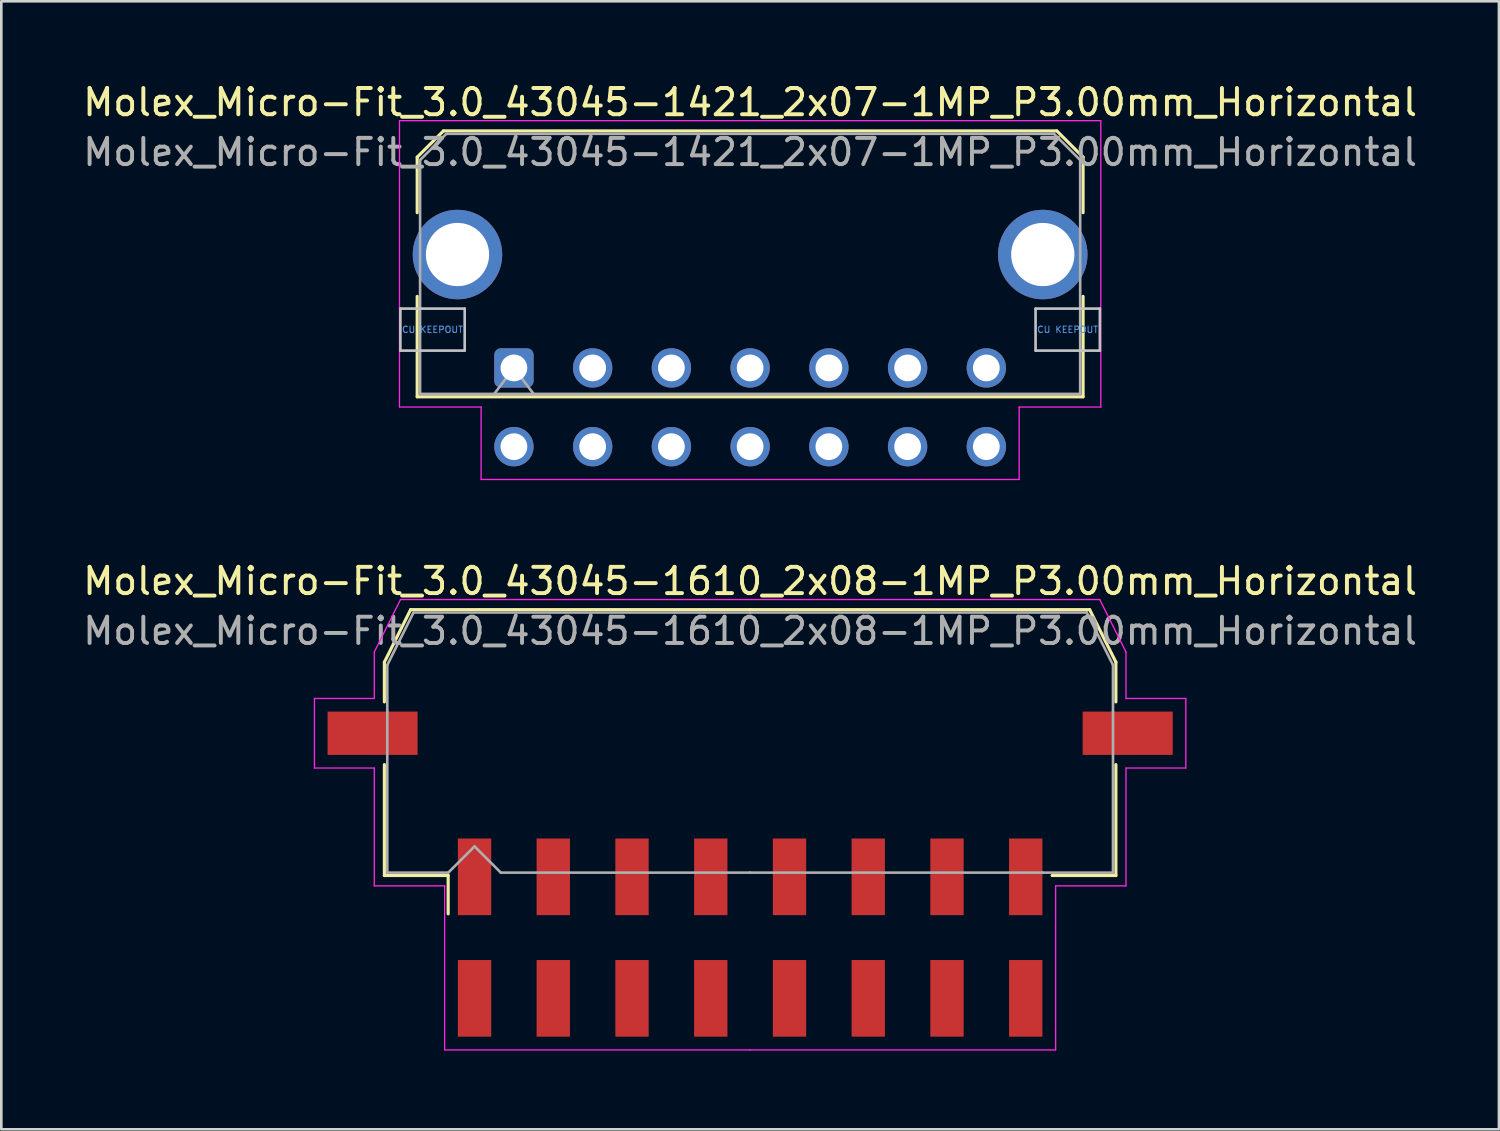
<source format=kicad_pcb>
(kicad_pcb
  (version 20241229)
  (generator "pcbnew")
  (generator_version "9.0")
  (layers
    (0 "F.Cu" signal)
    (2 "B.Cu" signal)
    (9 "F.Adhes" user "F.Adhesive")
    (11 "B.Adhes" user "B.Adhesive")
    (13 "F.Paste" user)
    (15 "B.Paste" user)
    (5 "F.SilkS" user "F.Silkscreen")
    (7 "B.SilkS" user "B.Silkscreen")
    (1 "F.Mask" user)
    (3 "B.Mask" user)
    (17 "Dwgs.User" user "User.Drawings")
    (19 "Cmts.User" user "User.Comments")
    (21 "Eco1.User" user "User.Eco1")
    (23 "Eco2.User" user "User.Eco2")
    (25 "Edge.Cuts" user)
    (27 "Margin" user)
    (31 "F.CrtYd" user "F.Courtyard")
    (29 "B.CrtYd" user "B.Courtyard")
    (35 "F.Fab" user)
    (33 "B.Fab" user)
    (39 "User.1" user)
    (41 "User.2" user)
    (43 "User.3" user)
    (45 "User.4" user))
  (footprint "Molex_Micro-Fit_3.0_43045-1421_2x07-1MP_P3.00mm_Horizontal"
    (layer "F.Cu")
    (at 16.53 10.968)
    (property "Reference" "Molex_Micro-Fit_3.0_43045-1421_2x07-1MP_P3.00mm_Horizontal" (at 9 -10.12 0) (layer "F.SilkS") (effects (font (size 1 1) (thickness 0.15))))
    (attr through_hole)
    (fp_line (start -3.685 -8.03) (end -2.685 -9.03) (stroke (width 0.12) (type solid)) (layer "F.SilkS"))
    (fp_line (start -3.685 -5.915) (end -3.685 -8.03) (stroke (width 0.12) (type solid)) (layer "F.SilkS"))
    (fp_line (start -3.685 -2.725) (end -3.685 1.1) (stroke (width 0.12) (type solid)) (layer "F.SilkS"))
    (fp_line (start -3.685 1.1) (end 21.685 1.1) (stroke (width 0.12) (type solid)) (layer "F.SilkS"))
    (fp_line (start -2.685 -9.03) (end 20.685 -9.03) (stroke (width 0.12) (type solid)) (layer "F.SilkS"))
    (fp_line (start 20.685 -9.03) (end 21.685 -8.03) (stroke (width 0.12) (type solid)) (layer "F.SilkS"))
    (fp_line (start 21.685 -8.03) (end 21.685 -5.915) (stroke (width 0.12) (type solid)) (layer "F.SilkS"))
    (fp_line (start 21.685 1.1) (end 21.685 -2.725) (stroke (width 0.12) (type solid)) (layer "F.SilkS"))
    (fp_line (start -4.325 -2.26) (end -4.325 -0.66) (stroke (width 0.1) (type solid)) (layer "Dwgs.User"))
    (fp_line (start -4.325 -0.66) (end -1.875 -0.66) (stroke (width 0.1) (type solid)) (layer "Dwgs.User"))
    (fp_line (start -1.875 -2.26) (end -4.325 -2.26) (stroke (width 0.1) (type solid)) (layer "Dwgs.User"))
    (fp_line (start -1.875 -0.66) (end -1.875 -2.26) (stroke (width 0.1) (type solid)) (layer "Dwgs.User"))
    (fp_line (start 19.875 -2.26) (end 19.875 -0.66) (stroke (width 0.1) (type solid)) (layer "Dwgs.User"))
    (fp_line (start 19.875 -0.66) (end 22.325 -0.66) (stroke (width 0.1) (type solid)) (layer "Dwgs.User"))
    (fp_line (start 22.325 -2.26) (end 19.875 -2.26) (stroke (width 0.1) (type solid)) (layer "Dwgs.User"))
    (fp_line (start 22.325 -0.66) (end 22.325 -2.26) (stroke (width 0.1) (type solid)) (layer "Dwgs.User"))
    (fp_line (start -4.36 -9.42) (end 22.36 -9.42) (stroke (width 0.05) (type solid)) (layer "F.CrtYd"))
    (fp_line (start -4.36 1.49) (end -4.36 -9.42) (stroke (width 0.05) (type solid)) (layer "F.CrtYd"))
    (fp_line (start -1.25 1.49) (end -4.36 1.49) (stroke (width 0.05) (type solid)) (layer "F.CrtYd"))
    (fp_line (start -1.25 4.25) (end -1.25 1.49) (stroke (width 0.05) (type solid)) (layer "F.CrtYd"))
    (fp_line (start 19.25 1.49) (end 19.25 4.25) (stroke (width 0.05) (type solid)) (layer "F.CrtYd"))
    (fp_line (start 19.25 4.25) (end -1.25 4.25) (stroke (width 0.05) (type solid)) (layer "F.CrtYd"))
    (fp_line (start 22.36 -9.42) (end 22.36 1.49) (stroke (width 0.05) (type solid)) (layer "F.CrtYd"))
    (fp_line (start 22.36 1.49) (end 19.25 1.49) (stroke (width 0.05) (type solid)) (layer "F.CrtYd"))
    (fp_line (start -3.575 -7.92) (end -2.575 -8.92) (stroke (width 0.1) (type solid)) (layer "F.Fab"))
    (fp_line (start -3.575 0.99) (end -3.575 -7.92) (stroke (width 0.1) (type solid)) (layer "F.Fab"))
    (fp_line (start -2.575 -8.92) (end 20.575 -8.92) (stroke (width 0.1) (type solid)) (layer "F.Fab"))
    (fp_line (start -0.75 0.99) (end 0 0) (stroke (width 0.1) (type solid)) (layer "F.Fab"))
    (fp_line (start 0 0) (end 0.75 0.99) (stroke (width 0.1) (type solid)) (layer "F.Fab"))
    (fp_line (start 20.575 -8.92) (end 21.575 -7.92) (stroke (width 0.1) (type solid)) (layer "F.Fab"))
    (fp_line (start 21.575 -7.92) (end 21.575 0.99) (stroke (width 0.1) (type solid)) (layer "F.Fab"))
    (fp_line (start 21.575 0.99) (end -3.575 0.99) (stroke (width 0.1) (type solid)) (layer "F.Fab"))
    (fp_text user "CU KEEPOUT" (at -3.1 -1.46 0) (layer "Cmts.User") (effects (font (size 0.245 0.245) (thickness 0.037))))
    (fp_text user "CU KEEPOUT" (at 21.1 -1.46 0) (layer "Cmts.User") (effects (font (size 0.245 0.245) (thickness 0.037))))
    (fp_text user "${REFERENCE}" (at 9 -8.22 0) (layer "F.Fab") (effects (font (size 1 1) (thickness 0.15))))
    (pad "1" thru_hole roundrect (at 0 0) (size 1.5 1.5) (drill 1.02) (layers "*.Cu" "*.Mask") (roundrect_rratio 0.167))
    (pad "2" thru_hole circle (at 3 0) (size 1.5 1.5) (drill 1.02) (layers "*.Cu" "*.Mask"))
    (pad "3" thru_hole circle (at 6 0) (size 1.5 1.5) (drill 1.02) (layers "*.Cu" "*.Mask"))
    (pad "4" thru_hole circle (at 9 0) (size 1.5 1.5) (drill 1.02) (layers "*.Cu" "*.Mask"))
    (pad "5" thru_hole circle (at 12 0) (size 1.5 1.5) (drill 1.02) (layers "*.Cu" "*.Mask"))
    (pad "6" thru_hole circle (at 15 0) (size 1.5 1.5) (drill 1.02) (layers "*.Cu" "*.Mask"))
    (pad "7" thru_hole circle (at 18 0) (size 1.5 1.5) (drill 1.02) (layers "*.Cu" "*.Mask"))
    (pad "8" thru_hole circle (at 0 3) (size 1.5 1.5) (drill 1.02) (layers "*.Cu" "*.Mask"))
    (pad "9" thru_hole circle (at 3 3) (size 1.5 1.5) (drill 1.02) (layers "*.Cu" "*.Mask"))
    (pad "10" thru_hole circle (at 6 3) (size 1.5 1.5) (drill 1.02) (layers "*.Cu" "*.Mask"))
    (pad "11" thru_hole circle (at 9 3) (size 1.5 1.5) (drill 1.02) (layers "*.Cu" "*.Mask"))
    (pad "12" thru_hole circle (at 12 3) (size 1.5 1.5) (drill 1.02) (layers "*.Cu" "*.Mask"))
    (pad "13" thru_hole circle (at 15 3) (size 1.5 1.5) (drill 1.02) (layers "*.Cu" "*.Mask"))
    (pad "14" thru_hole circle (at 18 3) (size 1.5 1.5) (drill 1.02) (layers "*.Cu" "*.Mask"))
    (pad "MP" thru_hole circle (at -2.15 -4.32) (size 3.41 3.41) (drill 2.41) (layers "*.Cu" "*.Mask"))
    (pad "MP" thru_hole circle (at 20.15 -4.32) (size 3.41 3.41) (drill 2.41) (layers "*.Cu" "*.Mask")))
  (footprint "Molex_Micro-Fit_3.0_43045-1610_2x08-1MP_P3.00mm_Horizontal"
    (layer "F.Cu")
    (at 25.53 32.672)
    (property "Reference" "Molex_Micro-Fit_3.0_43045-1610_2x08-1MP_P3.00mm_Horizontal" (at 0 -13.58 0) (layer "F.SilkS") (effects (font (size 1 1) (thickness 0.15))))
    (attr smd)
    (fp_line (start -13.935 -10.495) (end -13.935 -8.98) (stroke (width 0.12) (type solid)) (layer "F.SilkS"))
    (fp_line (start -13.935 -6.59) (end -13.935 -2.365) (stroke (width 0.12) (type solid)) (layer "F.SilkS"))
    (fp_line (start -13.935 -2.365) (end -11.505 -2.365) (stroke (width 0.12) (type solid)) (layer "F.SilkS"))
    (fp_line (start -12.935 -12.495) (end -13.935 -10.495) (stroke (width 0.12) (type solid)) (layer "F.SilkS"))
    (fp_line (start -11.505 -2.365) (end -11.505 -0.905) (stroke (width 0.12) (type solid)) (layer "F.SilkS"))
    (fp_line (start 0 -12.495) (end -12.935 -12.495) (stroke (width 0.12) (type solid)) (layer "F.SilkS"))
    (fp_line (start 0 -12.495) (end 12.935 -12.495) (stroke (width 0.12) (type solid)) (layer "F.SilkS"))
    (fp_line (start 12.935 -12.495) (end 13.935 -10.495) (stroke (width 0.12) (type solid)) (layer "F.SilkS"))
    (fp_line (start 13.935 -10.495) (end 13.935 -8.98) (stroke (width 0.12) (type solid)) (layer "F.SilkS"))
    (fp_line (start 13.935 -6.59) (end 13.935 -2.365) (stroke (width 0.12) (type solid)) (layer "F.SilkS"))
    (fp_line (start 13.935 -2.365) (end 11.505 -2.365) (stroke (width 0.12) (type solid)) (layer "F.SilkS"))
    (fp_line (start -16.6 -9.11) (end -16.6 -6.46) (stroke (width 0.05) (type solid)) (layer "F.CrtYd"))
    (fp_line (start -16.6 -6.46) (end -14.32 -6.46) (stroke (width 0.05) (type solid)) (layer "F.CrtYd"))
    (fp_line (start -14.32 -10.88) (end -14.32 -9.11) (stroke (width 0.05) (type solid)) (layer "F.CrtYd"))
    (fp_line (start -14.32 -9.11) (end -16.6 -9.11) (stroke (width 0.05) (type solid)) (layer "F.CrtYd"))
    (fp_line (start -14.32 -6.46) (end -14.32 -1.97) (stroke (width 0.05) (type solid)) (layer "F.CrtYd"))
    (fp_line (start -14.32 -1.97) (end -11.64 -1.97) (stroke (width 0.05) (type solid)) (layer "F.CrtYd"))
    (fp_line (start -13.32 -12.88) (end -14.32 -10.88) (stroke (width 0.05) (type solid)) (layer "F.CrtYd"))
    (fp_line (start -11.64 -1.97) (end -11.64 4.28) (stroke (width 0.05) (type solid)) (layer "F.CrtYd"))
    (fp_line (start -11.64 4.28) (end 0 4.28) (stroke (width 0.05) (type solid)) (layer "F.CrtYd"))
    (fp_line (start 0 -12.88) (end -13.32 -12.88) (stroke (width 0.05) (type solid)) (layer "F.CrtYd"))
    (fp_line (start 0 -12.88) (end 13.32 -12.88) (stroke (width 0.05) (type solid)) (layer "F.CrtYd"))
    (fp_line (start 11.64 -1.97) (end 11.64 4.28) (stroke (width 0.05) (type solid)) (layer "F.CrtYd"))
    (fp_line (start 11.64 4.28) (end 0 4.28) (stroke (width 0.05) (type solid)) (layer "F.CrtYd"))
    (fp_line (start 13.32 -12.88) (end 14.32 -10.88) (stroke (width 0.05) (type solid)) (layer "F.CrtYd"))
    (fp_line (start 14.32 -10.88) (end 14.32 -9.11) (stroke (width 0.05) (type solid)) (layer "F.CrtYd"))
    (fp_line (start 14.32 -9.11) (end 16.6 -9.11) (stroke (width 0.05) (type solid)) (layer "F.CrtYd"))
    (fp_line (start 14.32 -6.46) (end 14.32 -1.97) (stroke (width 0.05) (type solid)) (layer "F.CrtYd"))
    (fp_line (start 14.32 -1.97) (end 11.64 -1.97) (stroke (width 0.05) (type solid)) (layer "F.CrtYd"))
    (fp_line (start 16.6 -9.11) (end 16.6 -6.46) (stroke (width 0.05) (type solid)) (layer "F.CrtYd"))
    (fp_line (start 16.6 -6.46) (end 14.32 -6.46) (stroke (width 0.05) (type solid)) (layer "F.CrtYd"))
    (fp_line (start -13.825 -10.385) (end -13.825 -8.61) (stroke (width 0.1) (type solid)) (layer "F.Fab"))
    (fp_line (start -13.825 -8.61) (end -13.825 -2.475) (stroke (width 0.1) (type solid)) (layer "F.Fab"))
    (fp_line (start -13.825 -2.475) (end -11.5 -2.475) (stroke (width 0.1) (type solid)) (layer "F.Fab"))
    (fp_line (start -12.825 -12.385) (end -13.825 -10.385) (stroke (width 0.1) (type solid)) (layer "F.Fab"))
    (fp_line (start -11.5 -2.475) (end -10.5 -3.475) (stroke (width 0.1) (type solid)) (layer "F.Fab"))
    (fp_line (start -10.5 -3.475) (end -9.5 -2.475) (stroke (width 0.1) (type solid)) (layer "F.Fab"))
    (fp_line (start -9.5 -2.475) (end 0 -2.475) (stroke (width 0.1) (type solid)) (layer "F.Fab"))
    (fp_line (start 0 -12.385) (end -12.825 -12.385) (stroke (width 0.1) (type solid)) (layer "F.Fab"))
    (fp_line (start 0 -12.385) (end 12.825 -12.385) (stroke (width 0.1) (type solid)) (layer "F.Fab"))
    (fp_line (start 11.135 -2.475) (end 0 -2.475) (stroke (width 0.1) (type solid)) (layer "F.Fab"))
    (fp_line (start 12.825 -12.385) (end 13.825 -10.385) (stroke (width 0.1) (type solid)) (layer "F.Fab"))
    (fp_line (start 13.825 -10.385) (end 13.825 -8.61) (stroke (width 0.1) (type solid)) (layer "F.Fab"))
    (fp_line (start 13.825 -8.61) (end 13.825 -2.475) (stroke (width 0.1) (type solid)) (layer "F.Fab"))
    (fp_line (start 13.825 -2.475) (end 11.135 -2.475) (stroke (width 0.1) (type solid)) (layer "F.Fab"))
    (fp_text user "${REFERENCE}" (at 0 -11.68 0) (layer "F.Fab") (effects (font (size 1 1) (thickness 0.15))))
    (pad "1" smd rect (at -10.5 -2.315) (size 1.27 2.92) (layers "F.Cu" "F.Mask" "F.Paste"))
    (pad "2" smd rect (at -7.5 -2.315) (size 1.27 2.92) (layers "F.Cu" "F.Mask" "F.Paste"))
    (pad "3" smd rect (at -4.5 -2.315) (size 1.27 2.92) (layers "F.Cu" "F.Mask" "F.Paste"))
    (pad "4" smd rect (at -1.5 -2.315) (size 1.27 2.92) (layers "F.Cu" "F.Mask" "F.Paste"))
    (pad "5" smd rect (at 1.5 -2.315) (size 1.27 2.92) (layers "F.Cu" "F.Mask" "F.Paste"))
    (pad "6" smd rect (at 4.5 -2.315) (size 1.27 2.92) (layers "F.Cu" "F.Mask" "F.Paste"))
    (pad "7" smd rect (at 7.5 -2.315) (size 1.27 2.92) (layers "F.Cu" "F.Mask" "F.Paste"))
    (pad "8" smd rect (at 10.5 -2.315) (size 1.27 2.92) (layers "F.Cu" "F.Mask" "F.Paste"))
    (pad "9" smd rect (at -10.5 2.315) (size 1.27 2.92) (layers "F.Cu" "F.Mask" "F.Paste"))
    (pad "10" smd rect (at -7.5 2.315) (size 1.27 2.92) (layers "F.Cu" "F.Mask" "F.Paste"))
    (pad "11" smd rect (at -4.5 2.315) (size 1.27 2.92) (layers "F.Cu" "F.Mask" "F.Paste"))
    (pad "12" smd rect (at -1.5 2.315) (size 1.27 2.92) (layers "F.Cu" "F.Mask" "F.Paste"))
    (pad "13" smd rect (at 1.5 2.315) (size 1.27 2.92) (layers "F.Cu" "F.Mask" "F.Paste"))
    (pad "14" smd rect (at 4.5 2.315) (size 1.27 2.92) (layers "F.Cu" "F.Mask" "F.Paste"))
    (pad "15" smd rect (at 7.5 2.315) (size 1.27 2.92) (layers "F.Cu" "F.Mask" "F.Paste"))
    (pad "16" smd rect (at 10.5 2.315) (size 1.27 2.92) (layers "F.Cu" "F.Mask" "F.Paste"))
    (pad "MP" smd rect (at -14.385 -7.785) (size 3.43 1.65) (layers "F.Cu" "F.Mask" "F.Paste"))
    (pad "MP" smd rect (at 14.385 -7.785) (size 3.43 1.65) (layers "F.Cu" "F.Mask" "F.Paste")))
  (gr_rect
    (start -3 -3)
    (end 54.06 39.977)
    (stroke (width 0.1) (type default))
    (fill no)
    (layer "Edge.Cuts")))
</source>
